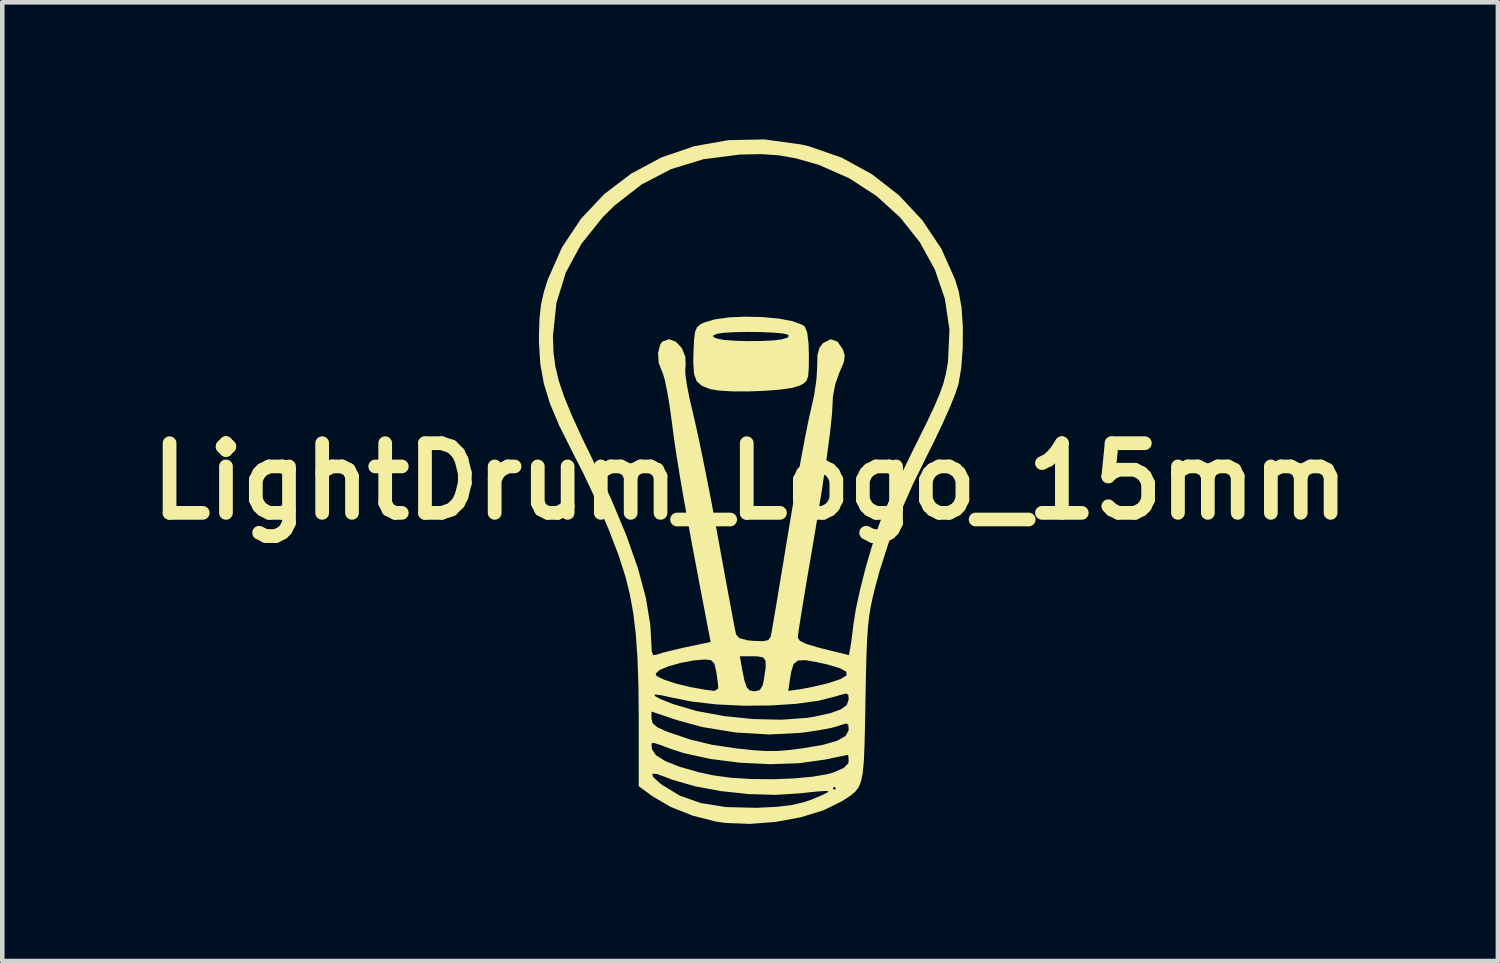
<source format=kicad_pcb>
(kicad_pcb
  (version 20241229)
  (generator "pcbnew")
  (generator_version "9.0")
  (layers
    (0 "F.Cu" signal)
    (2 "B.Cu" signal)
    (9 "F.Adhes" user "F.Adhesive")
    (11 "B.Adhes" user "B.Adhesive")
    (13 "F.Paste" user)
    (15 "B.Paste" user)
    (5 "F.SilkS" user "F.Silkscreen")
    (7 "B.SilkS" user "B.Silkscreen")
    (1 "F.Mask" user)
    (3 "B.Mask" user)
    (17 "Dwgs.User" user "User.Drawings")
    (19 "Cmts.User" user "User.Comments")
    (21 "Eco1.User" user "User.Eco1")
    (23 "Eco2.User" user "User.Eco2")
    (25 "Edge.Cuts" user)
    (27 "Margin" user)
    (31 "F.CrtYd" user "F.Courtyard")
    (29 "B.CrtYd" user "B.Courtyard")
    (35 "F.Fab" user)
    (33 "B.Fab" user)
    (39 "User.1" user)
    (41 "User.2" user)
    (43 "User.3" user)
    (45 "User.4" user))
  (footprint "LightDrum_Logo_15mm"
    (layer "F.Cu")
    (at 13.36 7.481)
    (property "Reference" "LightDrum_Logo_15mm" (at 0 0 0) (layer "F.SilkS") (effects (font (size 1.524 1.524) (thickness 0.3))))
    (attr board_only exclude_from_pos_files exclude_from_bom)
    (fp_poly (pts (xy 0.273 -3.594) (xy 0.629 -3.561) (xy 0.93 -3.504) (xy 1.143 -3.425) (xy 1.2 -3.383) (xy 1.25 -3.257) (xy 1.28 -3.011) (xy 1.287 -2.744) (xy 1.284 -2.469) (xy 1.27 -2.298) (xy 1.234 -2.198) (xy 1.164 -2.136) (xy 1.078 -2.091) (xy 0.908 -2.043) (xy 0.638 -2.005) (xy 0.306 -1.98) (xy -0.05 -1.967) (xy -0.393 -1.969) (xy -0.682 -1.986) (xy -0.879 -2.02) (xy -1.057 -2.091) (xy -1.169 -2.191) (xy -1.226 -2.35) (xy -1.243 -2.597) (xy -1.238 -2.828) (xy -1.225 -3.103) (xy -1.215 -3.182) (xy -0.819 -3.182) (xy -0.775 -3.144) (xy -0.726 -3.124) (xy -0.577 -3.095) (xy -0.333 -3.076) (xy -0.038 -3.068) (xy 0.264 -3.071) (xy 0.531 -3.085) (xy 0.693 -3.107) (xy 0.833 -3.149) (xy 0.842 -3.196) (xy 0.823 -3.21) (xy 0.713 -3.236) (xy 0.503 -3.255) (xy 0.229 -3.266) (xy -0.069 -3.269) (xy -0.353 -3.263) (xy -0.587 -3.249) (xy -0.73 -3.226) (xy -0.737 -3.224) (xy -0.819 -3.182) (xy -1.215 -3.182) (xy -1.203 -3.273) (xy -1.161 -3.372) (xy -1.087 -3.434) (xy -1.017 -3.47) (xy -0.782 -3.542) (xy -0.466 -3.587) (xy -0.103 -3.603)) (stroke (width 0) (type solid)) (fill yes) (layer "F.SilkS"))
    (fp_poly (pts (xy 1.114 -7.371) (xy 1.287 -7.331) (xy 2.002 -7.083) (xy 2.665 -6.72) (xy 3.26 -6.257) (xy 3.772 -5.708) (xy 4.186 -5.088) (xy 4.486 -4.412) (xy 4.565 -4.152) (xy 4.626 -3.807) (xy 4.655 -3.378) (xy 4.653 -2.919) (xy 4.62 -2.481) (xy 4.558 -2.12) (xy 4.489 -1.912) (xy 4.369 -1.615) (xy 4.211 -1.261) (xy 4.03 -0.881) (xy 3.931 -0.684) (xy 3.566 0.056) (xy 3.272 0.718) (xy 3.034 1.336) (xy 2.839 1.943) (xy 2.738 2.314) (xy 2.681 2.547) (xy 2.636 2.758) (xy 2.602 2.973) (xy 2.577 3.214) (xy 2.558 3.504) (xy 2.544 3.867) (xy 2.533 4.327) (xy 2.524 4.802) (xy 2.514 5.362) (xy 2.503 5.801) (xy 2.488 6.136) (xy 2.464 6.385) (xy 2.427 6.566) (xy 2.373 6.697) (xy 2.297 6.794) (xy 2.196 6.877) (xy 2.065 6.963) (xy 2.006 7) (xy 1.603 7.198) (xy 1.107 7.35) (xy 0.558 7.451) (xy -0.004 7.494) (xy -0.539 7.473) (xy -0.741 7.444) (xy -1.252 7.315) (xy -1.733 7.124) (xy -2.13 6.893) (xy -2.143 6.884) (xy -2.436 6.669) (xy -2.436 6.4) (xy -2.143 6.4) (xy -2.116 6.473) (xy -1.966 6.61) (xy -1.931 6.637) (xy -1.535 6.878) (xy -1.073 7.039) (xy -0.527 7.126) (xy 0.122 7.142) (xy 0.174 7.141) (xy 0.592 7.12) (xy 0.914 7.081) (xy 1.181 7.018) (xy 1.344 6.962) (xy 1.55 6.877) (xy 1.686 6.811) (xy 1.722 6.779) (xy 1.645 6.774) (xy 1.464 6.786) (xy 1.212 6.812) (xy 1.108 6.824) (xy 0.566 6.859) (xy -0.029 6.842) (xy -0.635 6.777) (xy -0.968 6.715) (xy 1.809 6.715) (xy 1.844 6.75) (xy 1.879 6.715) (xy 1.844 6.681) (xy 1.809 6.715) (xy -0.968 6.715) (xy -1.206 6.671) (xy -1.701 6.528) (xy -1.846 6.471) (xy -2.052 6.398) (xy -2.143 6.4) (xy -2.436 6.4) (xy -2.436 5.793) (xy -2.155 5.793) (xy -2.145 5.863) (xy -2.06 5.991) (xy -1.852 6.121) (xy -1.535 6.247) (xy -1.126 6.363) (xy -0.788 6.435) (xy -0.412 6.485) (xy 0.029 6.512) (xy 0.498 6.517) (xy 0.958 6.499) (xy 1.372 6.461) (xy 1.704 6.404) (xy 1.827 6.368) (xy 2.046 6.271) (xy 2.146 6.172) (xy 2.157 6.117) (xy 2.15 6.008) (xy 2.14 5.985) (xy 2.068 5.998) (xy 1.897 6.033) (xy 1.66 6.083) (xy 1.635 6.088) (xy 1.076 6.166) (xy 0.443 6.188) (xy -0.219 6.156) (xy -0.864 6.074) (xy -1.449 5.946) (xy -1.757 5.845) (xy -1.983 5.76) (xy -2.105 5.722) (xy -2.153 5.732) (xy -2.155 5.793) (xy -2.436 5.793) (xy -2.436 5.229) (xy -2.437 5.037) (xy -2.157 5.037) (xy -2.157 5.193) (xy -2.13 5.294) (xy -2.031 5.379) (xy -1.831 5.47) (xy -1.775 5.491) (xy -1.291 5.654) (xy -0.828 5.764) (xy -0.312 5.841) (xy 0.063 5.881) (xy 0.351 5.9) (xy 0.601 5.899) (xy 0.866 5.877) (xy 1.16 5.839) (xy 1.598 5.764) (xy 1.904 5.676) (xy 2.088 5.572) (xy 2.156 5.448) (xy 2.157 5.431) (xy 2.15 5.325) (xy 2.103 5.297) (xy 1.978 5.334) (xy 1.917 5.357) (xy 1.768 5.396) (xy 1.523 5.442) (xy 1.228 5.487) (xy 1.108 5.502) (xy 0.421 5.538) (xy -0.316 5.494) (xy -1.04 5.376) (xy -1.583 5.228) (xy -2.157 5.037) (xy -2.437 5.037) (xy -2.44 4.694) (xy -2.087 4.694) (xy -1.96 4.762) (xy -1.701 4.867) (xy -1.696 4.869) (xy -1.175 5.023) (xy -0.572 5.135) (xy 0.064 5.2) (xy 0.685 5.215) (xy 1.245 5.174) (xy 1.4 5.149) (xy 1.754 5.072) (xy 1.987 4.989) (xy 2.115 4.893) (xy 2.157 4.775) (xy 2.157 4.767) (xy 2.149 4.669) (xy 2.098 4.642) (xy 1.967 4.675) (xy 1.892 4.7) (xy 1.496 4.8) (xy 0.999 4.868) (xy 0.438 4.904) (xy -0.151 4.908) (xy -0.734 4.88) (xy -1.274 4.818) (xy -1.683 4.737) (xy -1.949 4.678) (xy -2.083 4.664) (xy -2.087 4.694) (xy -2.44 4.694) (xy -2.442 4.494) (xy -2.452 4.205) (xy -2.065 4.205) (xy -2.046 4.256) (xy -1.921 4.32) (xy -1.863 4.345) (xy -1.623 4.424) (xy -1.306 4.501) (xy -0.973 4.561) (xy -0.783 4.585) (xy -0.703 4.539) (xy -0.697 4.506) (xy -0.708 4.383) (xy -0.735 4.194) (xy -0.741 4.158) (xy -0.782 3.985) (xy -0.854 3.912) (xy -0.98 3.897) (xy -1.226 3.917) (xy -1.507 3.969) (xy -1.769 4.041) (xy -1.96 4.119) (xy -1.993 4.14) (xy -2.065 4.205) (xy -2.452 4.205) (xy -2.463 3.875) (xy -2.466 3.827) (xy -0.224 3.827) (xy -0.178 4.088) (xy -0.126 4.35) (xy -0.075 4.502) (xy -0.009 4.574) (xy 0.087 4.593) (xy 0.1 4.593) (xy 0.137 4.584) (xy 0.835 4.584) (xy 1.096 4.548) (xy 1.322 4.506) (xy 1.596 4.444) (xy 1.719 4.412) (xy 1.981 4.326) (xy 2.111 4.245) (xy 2.106 4.166) (xy 1.967 4.088) (xy 1.691 4.006) (xy 1.477 3.959) (xy 1.209 3.912) (xy 1.045 3.919) (xy 0.952 3.997) (xy 0.9 4.165) (xy 0.879 4.293) (xy 0.835 4.584) (xy 0.137 4.584) (xy 0.212 4.567) (xy 0.275 4.464) (xy 0.303 4.332) (xy 0.341 4.074) (xy 0.339 3.923) (xy 0.284 3.851) (xy 0.161 3.829) (xy 0.062 3.827) (xy -0.224 3.827) (xy -2.466 3.827) (xy -2.5 3.346) (xy -2.555 2.884) (xy -2.632 2.466) (xy -2.725 2.089) (xy -2.878 1.613) (xy -3.094 1.052) (xy -3.357 0.44) (xy -3.655 -0.19) (xy -3.896 -0.661) (xy -4.175 -1.219) (xy -4.378 -1.702) (xy -4.513 -2.143) (xy -4.59 -2.574) (xy -4.618 -3.029) (xy -4.619 -3.132) (xy -4.312 -3.132) (xy -4.301 -2.821) (xy -4.261 -2.519) (xy -4.186 -2.204) (xy -4.068 -1.852) (xy -3.9 -1.442) (xy -3.675 -0.951) (xy -3.465 -0.518) (xy -3.041 0.383) (xy -2.704 1.189) (xy -2.451 1.91) (xy -2.278 2.557) (xy -2.183 3.14) (xy -2.16 3.539) (xy -2.151 3.725) (xy -2.119 3.8) (xy -2.049 3.795) (xy -2.035 3.789) (xy -1.911 3.749) (xy -1.693 3.694) (xy -1.427 3.633) (xy -1.389 3.625) (xy -0.863 3.514) (xy -0.95 3.062) (xy -1.115 2.199) (xy -1.255 1.457) (xy -1.372 0.822) (xy -1.469 0.28) (xy -1.548 -0.186) (xy -1.613 -0.588) (xy -1.665 -0.943) (xy -1.707 -1.264) (xy -1.71 -1.287) (xy -1.76 -1.651) (xy -1.815 -1.974) (xy -1.867 -2.226) (xy -1.913 -2.378) (xy -1.924 -2.399) (xy -1.998 -2.586) (xy -2.013 -2.804) (xy -1.968 -2.99) (xy -1.917 -3.059) (xy -1.77 -3.11) (xy -1.621 -3.053) (xy -1.494 -2.916) (xy -1.416 -2.728) (xy -1.41 -2.516) (xy -1.417 -2.484) (xy -1.417 -2.354) (xy -1.385 -2.123) (xy -1.327 -1.825) (xy -1.254 -1.514) (xy -1.187 -1.225) (xy -1.101 -0.828) (xy -1.003 -0.349) (xy -0.897 0.183) (xy -0.791 0.742) (xy -0.695 1.265) (xy -0.602 1.775) (xy -0.516 2.245) (xy -0.44 2.655) (xy -0.378 2.987) (xy -0.333 3.222) (xy -0.308 3.343) (xy -0.306 3.351) (xy -0.234 3.431) (xy -0.059 3.477) (xy 0.075 3.49) (xy 0.287 3.497) (xy 0.398 3.473) (xy 0.447 3.406) (xy 0.456 3.375) (xy 0.475 3.274) (xy 0.513 3.053) (xy 0.568 2.731) (xy 0.635 2.325) (xy 0.714 1.854) (xy 0.799 1.336) (xy 0.836 1.113) (xy 0.929 0.555) (xy 1.023 0.014) (xy 1.114 -0.487) (xy 1.196 -0.925) (xy 1.266 -1.278) (xy 1.32 -1.522) (xy 1.331 -1.566) (xy 1.402 -1.889) (xy 1.451 -2.219) (xy 1.469 -2.491) (xy 1.468 -2.511) (xy 1.474 -2.761) (xy 1.515 -2.919) (xy 1.597 -3.024) (xy 1.762 -3.109) (xy 1.912 -3.058) (xy 2.031 -2.887) (xy 2.071 -2.753) (xy 2.053 -2.612) (xy 1.967 -2.409) (xy 1.961 -2.396) (xy 1.867 -2.138) (xy 1.814 -1.866) (xy 1.809 -1.786) (xy 1.794 -1.489) (xy 1.749 -1.058) (xy 1.673 -0.491) (xy 1.568 0.21) (xy 1.432 1.045) (xy 1.326 1.67) (xy 1.246 2.135) (xy 1.176 2.558) (xy 1.117 2.918) (xy 1.073 3.196) (xy 1.049 3.369) (xy 1.044 3.416) (xy 1.087 3.487) (xy 1.229 3.557) (xy 1.486 3.634) (xy 1.603 3.664) (xy 2.161 3.801) (xy 2.19 3.657) (xy 2.214 3.508) (xy 2.243 3.282) (xy 2.261 3.132) (xy 2.316 2.787) (xy 2.41 2.355) (xy 2.531 1.881) (xy 2.669 1.408) (xy 2.812 0.978) (xy 2.865 0.835) (xy 2.963 0.6) (xy 3.11 0.273) (xy 3.29 -0.114) (xy 3.49 -0.53) (xy 3.658 -0.87) (xy 3.874 -1.306) (xy 4.034 -1.647) (xy 4.149 -1.916) (xy 4.229 -2.142) (xy 4.283 -2.351) (xy 4.322 -2.567) (xy 4.331 -2.627) (xy 4.362 -3.317) (xy 4.263 -3.989) (xy 4.044 -4.63) (xy 3.716 -5.228) (xy 3.287 -5.77) (xy 2.768 -6.242) (xy 2.168 -6.632) (xy 1.497 -6.927) (xy 1.001 -7.067) (xy 0.628 -7.133) (xy 0.249 -7.159) (xy -0.199 -7.15) (xy -0.237 -7.148) (xy -1.02 -7.047) (xy -1.728 -6.831) (xy -2.372 -6.496) (xy -2.964 -6.036) (xy -3.223 -5.78) (xy -3.694 -5.191) (xy -4.032 -4.566) (xy -4.237 -3.9) (xy -4.312 -3.189) (xy -4.312 -3.132) (xy -4.619 -3.132) (xy -4.619 -3.166) (xy -4.608 -3.552) (xy -4.575 -3.859) (xy -4.51 -4.148) (xy -4.425 -4.416) (xy -4.114 -5.121) (xy -3.697 -5.747) (xy -3.187 -6.288) (xy -2.596 -6.736) (xy -1.938 -7.087) (xy -1.225 -7.332) (xy -0.47 -7.465) (xy 0.314 -7.481)) (stroke (width 0) (type solid)) (fill yes) (layer "F.SilkS")))
  (gr_rect
    (start -3 -3)
    (end 29.721 17.975)
    (stroke (width 0.1) (type default))
    (fill no)
    (layer "Edge.Cuts")))
</source>
